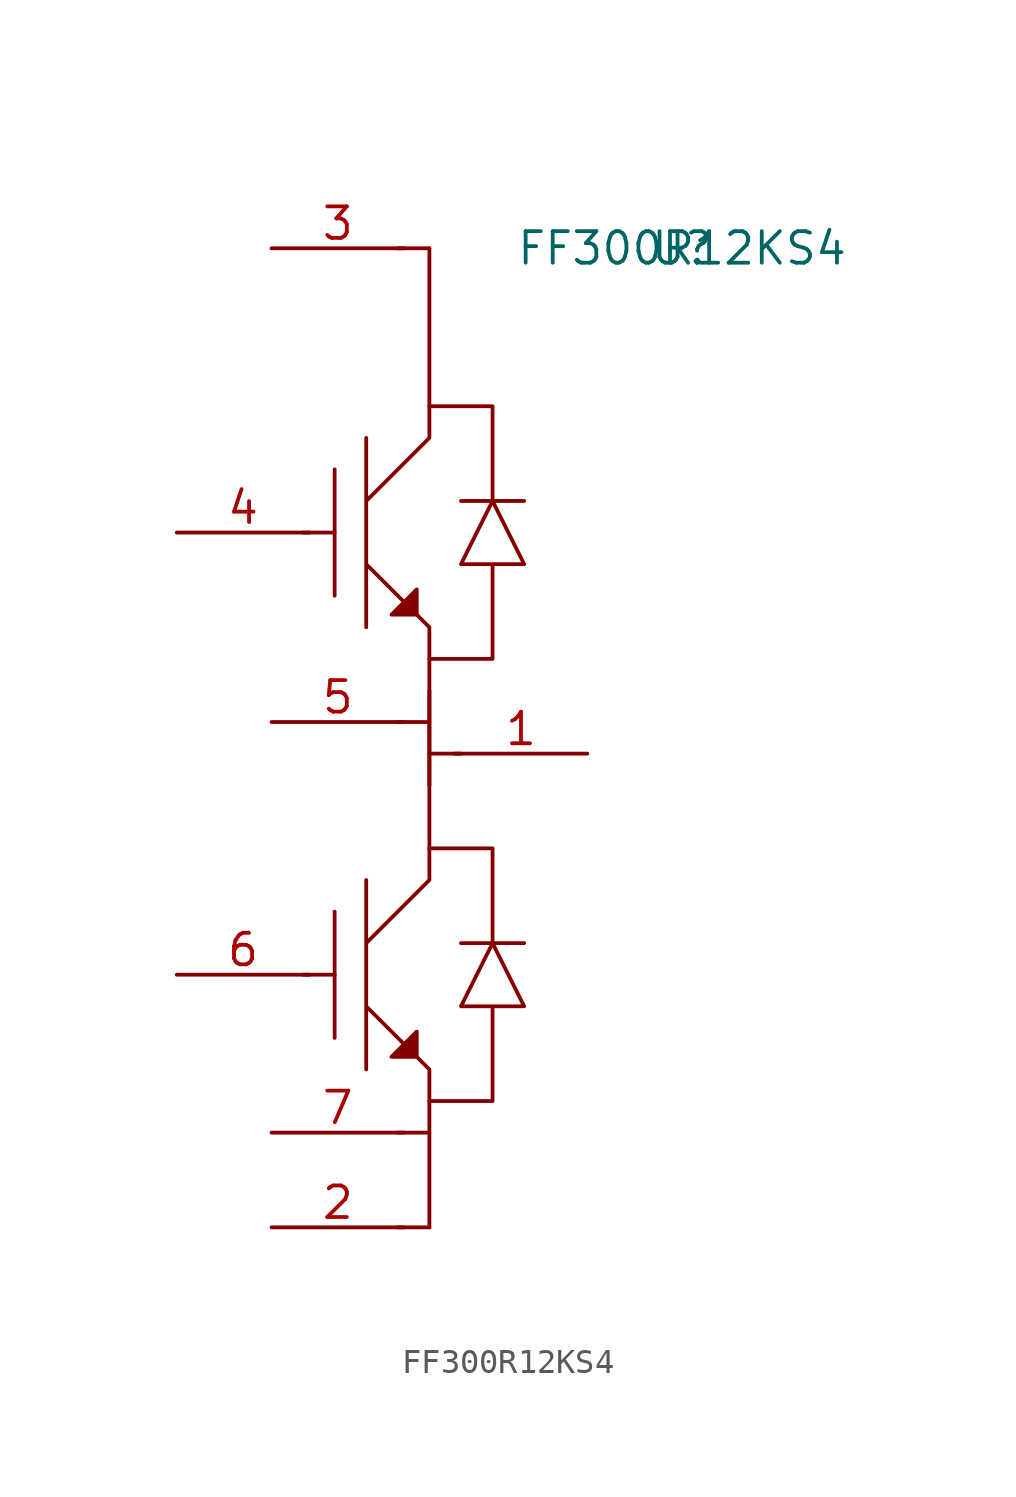
<source format=kicad_sym>
(kicad_symbol_lib
  (version 20211014)
  (generator kicad_symbol_editor)
  (symbol "FF300R12KS4"
    (property "Reference" "U"
      (at 0 0 0)
      (effects (font (size 1.27 1.27))))
    (property "Value" "FF300R12KS4"
      (at 0 0 0)
      (effects (font (size 1.27 1.27))))
    (symbol "FF300R12KS4_0_1"
      (polyline (pts (xy -15.24 -29.21) (xy -13.97 -29.21)) (stroke (width 0) (type default) (color 0 0 0 0)) (fill (type none)))
      (polyline (pts (xy -15.24 -11.43) (xy -13.97 -11.43)) (stroke (width 0) (type default) (color 0 0 0 0)) (fill (type none)))
      (polyline (pts (xy -13.97 -26.67) (xy -13.97 -31.75)) (stroke (width 0) (type default) (color 0 0 0 0)) (fill (type none)))
      (polyline (pts (xy -13.97 -8.89) (xy -13.97 -13.97)) (stroke (width 0) (type default) (color 0 0 0 0)) (fill (type none)))
      (polyline (pts (xy -11.43 -39.37) (xy -10.16 -39.37)) (stroke (width 0) (type default) (color 0 0 0 0)) (fill (type none)))
      (polyline (pts (xy -11.43 -35.56) (xy -10.16 -35.56)) (stroke (width 0) (type default) (color 0 0 0 0)) (fill (type none)))
      (polyline (pts (xy -11.43 -19.05) (xy -10.16 -19.05)) (stroke (width 0) (type default) (color 0 0 0 0)) (fill (type none)))
      (polyline (pts (xy -11.43 0) (xy -10.16 0)) (stroke (width 0) (type default) (color 0 0 0 0)) (fill (type none)))
      (polyline (pts (xy -8.89 -20.32) (xy -10.16 -20.32)) (stroke (width 0) (type default) (color 0 0 0 0)) (fill (type none)))
      (polyline (pts (xy -10.16 -17.78) (xy -10.16 -25.4) (xy -12.7 -27.94) (xy -12.7 -25.4) (xy -12.7 -33.02) (xy -12.7 -30.48) (xy -10.16 -33.02) (xy -10.16 -39.37)) (stroke (width 0) (type default) (color 0 0 0 0)) (fill (type none)))
      (polyline (pts (xy -10.16 0) (xy -10.16 -7.62) (xy -12.7 -10.16) (xy -12.7 -7.62) (xy -12.7 -15.24) (xy -12.7 -12.7) (xy -10.16 -15.24) (xy -10.16 -21.59)) (stroke (width 0) (type default) (color 0 0 0 0)) (fill (type none)))
      (polyline (pts (xy -10.668 -31.496) (xy -10.668 -32.512) (xy -11.684 -32.512) (xy -10.668 -31.496) (xy -10.668 -32.512) (xy -10.922 -31.75) (xy -10.668 -31.75) (xy -10.668 -32.004) (xy -11.43 -32.512) (xy -10.668 -31.75)) (stroke (width 0) (type default) (color 0 0 0 0)) (fill (type none)))
      (polyline (pts (xy -10.668 -13.716) (xy -10.668 -14.732) (xy -11.684 -14.732) (xy -10.668 -13.716) (xy -10.668 -14.732) (xy -10.922 -13.97) (xy -10.668 -13.97) (xy -10.668 -14.224) (xy -11.43 -14.732) (xy -10.668 -13.97)) (stroke (width 0) (type default) (color 0 0 0 0)) (fill (type none)))
      (polyline (pts (xy -10.846 -32.41) (xy -11.151 -32.385) (xy -10.897 -32.309) (xy -10.77 -31.852) (xy -11.151 -32.055) (xy -10.77 -31.775) (xy -11.252 -32.207) (xy -11.455 -32.385) (xy -10.871 -32.41) (xy -10.922 -32.131) (xy -10.922 -32.004) (xy -11.151 -32.258)) (stroke (width 0) (type default) (color 0 0 0 0)) (fill (type none)))
      (polyline (pts (xy -10.846 -14.63) (xy -11.151 -14.605) (xy -10.897 -14.529) (xy -10.77 -14.072) (xy -11.151 -14.275) (xy -10.77 -13.995) (xy -11.252 -14.427) (xy -11.455 -14.605) (xy -10.871 -14.63) (xy -10.922 -14.351) (xy -10.922 -14.224) (xy -11.151 -14.478)) (stroke (width 0) (type default) (color 0 0 0 0)) (fill (type none)))
      (polyline (pts (xy -10.16 -34.29) (xy -7.62 -34.29) (xy -7.62 -30.48) (xy -8.89 -30.48) (xy -6.35 -30.48) (xy -7.62 -27.94) (xy -8.89 -30.48) (xy -7.62 -27.94) (xy -8.89 -27.94) (xy -6.35 -27.94) (xy -7.62 -27.94) (xy -7.62 -24.13) (xy -10.16 -24.13)) (stroke (width 0) (type default) (color 0 0 0 0)) (fill (type none)))
      (polyline (pts (xy -10.16 -16.51) (xy -7.62 -16.51) (xy -7.62 -12.7) (xy -8.89 -12.7) (xy -6.35 -12.7) (xy -7.62 -10.16) (xy -8.89 -12.7) (xy -7.62 -10.16) (xy -8.89 -10.16) (xy -6.35 -10.16) (xy -7.62 -10.16) (xy -7.62 -6.35) (xy -10.16 -6.35)) (stroke (width 0) (type default) (color 0 0 0 0)) (fill (type none))))
    (symbol "FF300R12KS4_1_1"
      (pin power_out line (at -3.81 -20.32 180) (length 5.334) (name "" (effects (font (size 1.27 1.27)))) (number "1" (effects (font (size 1.27 1.27)))))
      (pin power_in line (at -16.51 -39.37 0) (length 5.334) (name "" (effects (font (size 1.27 1.27)))) (number "2" (effects (font (size 1.27 1.27)))))
      (pin power_in line (at -16.51 0 0) (length 5.334) (name "" (effects (font (size 1.27 1.27)))) (number "3" (effects (font (size 1.27 1.27)))))
      (pin input line (at -20.32 -11.43 0) (length 5.334) (name "" (effects (font (size 1.27 1.27)))) (number "4" (effects (font (size 1.27 1.27)))))
      (pin tri_state line (at -16.51 -19.05 0) (length 5.334) (name "" (effects (font (size 1.27 1.27)))) (number "5" (effects (font (size 1.27 1.27)))))
      (pin input line (at -20.32 -29.21 0) (length 5.334) (name "" (effects (font (size 1.27 1.27)))) (number "6" (effects (font (size 1.27 1.27)))))
      (pin input line (at -16.51 -35.56 0) (length 5.334) (name "" (effects (font (size 1.27 1.27)))) (number "7" (effects (font (size 1.27 1.27))))))))
</source>
